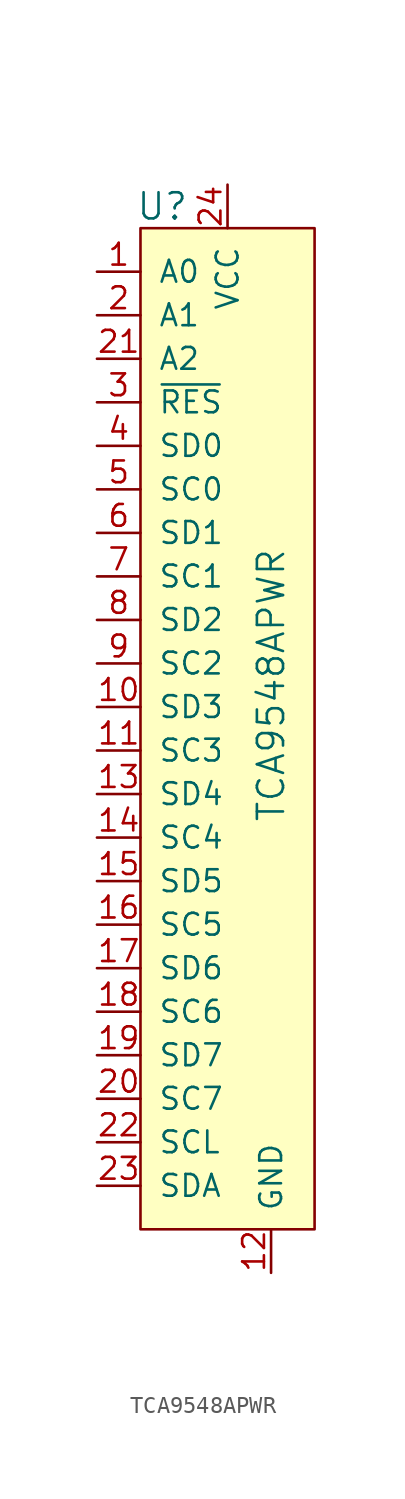
<source format=kicad_sym>
(kicad_symbol_lib
  (version 20211014)
  (generator kicad_symbol_editor)
  (symbol "TCA9548APWR"
    (pin_names
      (offset 1.016))
    (property "Reference" "U"
      (at -3.81 26.67 0)
      (effects (font (size 1.524 1.524))))
    (property "Value" "TCA9548APWR"
      (at 2.54 -1.27 90)
      (effects (font (size 1.524 1.524))))
    (symbol "TCA9548APWR_0_1"
      (rectangle (start -5.08 25.4) (end 5.08 -33.02) (stroke (width 0) (type default) (color 0 0 0 0)) (fill (type background))))
    (symbol "TCA9548APWR_1_1"
      (pin input line (at -7.62 22.86 0) (length 2.54) (name "A0" (effects (font (size 1.27 1.27)))) (number "1" (effects (font (size 1.27 1.27)))))
      (pin bidirectional line (at -7.62 -2.54 0) (length 2.54) (name "SD3" (effects (font (size 1.27 1.27)))) (number "10" (effects (font (size 1.27 1.27)))))
      (pin bidirectional line (at -7.62 -5.08 0) (length 2.54) (name "SC3" (effects (font (size 1.27 1.27)))) (number "11" (effects (font (size 1.27 1.27)))))
      (pin power_in line (at 2.54 -35.56 90) (length 2.54) (name "GND" (effects (font (size 1.27 1.27)))) (number "12" (effects (font (size 1.27 1.27)))))
      (pin bidirectional line (at -7.62 -7.62 0) (length 2.54) (name "SD4" (effects (font (size 1.27 1.27)))) (number "13" (effects (font (size 1.27 1.27)))))
      (pin bidirectional line (at -7.62 -10.16 0) (length 2.54) (name "SC4" (effects (font (size 1.27 1.27)))) (number "14" (effects (font (size 1.27 1.27)))))
      (pin bidirectional line (at -7.62 -12.7 0) (length 2.54) (name "SD5" (effects (font (size 1.27 1.27)))) (number "15" (effects (font (size 1.27 1.27)))))
      (pin bidirectional line (at -7.62 -15.24 0) (length 2.54) (name "SC5" (effects (font (size 1.27 1.27)))) (number "16" (effects (font (size 1.27 1.27)))))
      (pin bidirectional line (at -7.62 -17.78 0) (length 2.54) (name "SD6" (effects (font (size 1.27 1.27)))) (number "17" (effects (font (size 1.27 1.27)))))
      (pin bidirectional line (at -7.62 -20.32 0) (length 2.54) (name "SC6" (effects (font (size 1.27 1.27)))) (number "18" (effects (font (size 1.27 1.27)))))
      (pin bidirectional line (at -7.62 -22.86 0) (length 2.54) (name "SD7" (effects (font (size 1.27 1.27)))) (number "19" (effects (font (size 1.27 1.27)))))
      (pin input line (at -7.62 20.32 0) (length 2.54) (name "A1" (effects (font (size 1.27 1.27)))) (number "2" (effects (font (size 1.27 1.27)))))
      (pin bidirectional line (at -7.62 -25.4 0) (length 2.54) (name "SC7" (effects (font (size 1.27 1.27)))) (number "20" (effects (font (size 1.27 1.27)))))
      (pin input line (at -7.62 17.78 0) (length 2.54) (name "A2" (effects (font (size 1.27 1.27)))) (number "21" (effects (font (size 1.27 1.27)))))
      (pin bidirectional line (at -7.62 -27.94 0) (length 2.54) (name "SCL" (effects (font (size 1.27 1.27)))) (number "22" (effects (font (size 1.27 1.27)))))
      (pin bidirectional line (at -7.62 -30.48 0) (length 2.54) (name "SDA" (effects (font (size 1.27 1.27)))) (number "23" (effects (font (size 1.27 1.27)))))
      (pin power_in line (at 0 27.94 270) (length 2.54) (name "VCC" (effects (font (size 1.27 1.27)))) (number "24" (effects (font (size 1.27 1.27)))))
      (pin input line (at -7.62 15.24 0) (length 2.54) (name "~{RES}" (effects (font (size 1.27 1.27)))) (number "3" (effects (font (size 1.27 1.27)))))
      (pin bidirectional line (at -7.62 12.7 0) (length 2.54) (name "SD0" (effects (font (size 1.27 1.27)))) (number "4" (effects (font (size 1.27 1.27)))))
      (pin bidirectional line (at -7.62 10.16 0) (length 2.54) (name "SC0" (effects (font (size 1.27 1.27)))) (number "5" (effects (font (size 1.27 1.27)))))
      (pin bidirectional line (at -7.62 7.62 0) (length 2.54) (name "SD1" (effects (font (size 1.27 1.27)))) (number "6" (effects (font (size 1.27 1.27)))))
      (pin bidirectional line (at -7.62 5.08 0) (length 2.54) (name "SC1" (effects (font (size 1.27 1.27)))) (number "7" (effects (font (size 1.27 1.27)))))
      (pin bidirectional line (at -7.62 2.54 0) (length 2.54) (name "SD2" (effects (font (size 1.27 1.27)))) (number "8" (effects (font (size 1.27 1.27)))))
      (pin bidirectional line (at -7.62 0 0) (length 2.54) (name "SC2" (effects (font (size 1.27 1.27)))) (number "9" (effects (font (size 1.27 1.27))))))))
</source>
